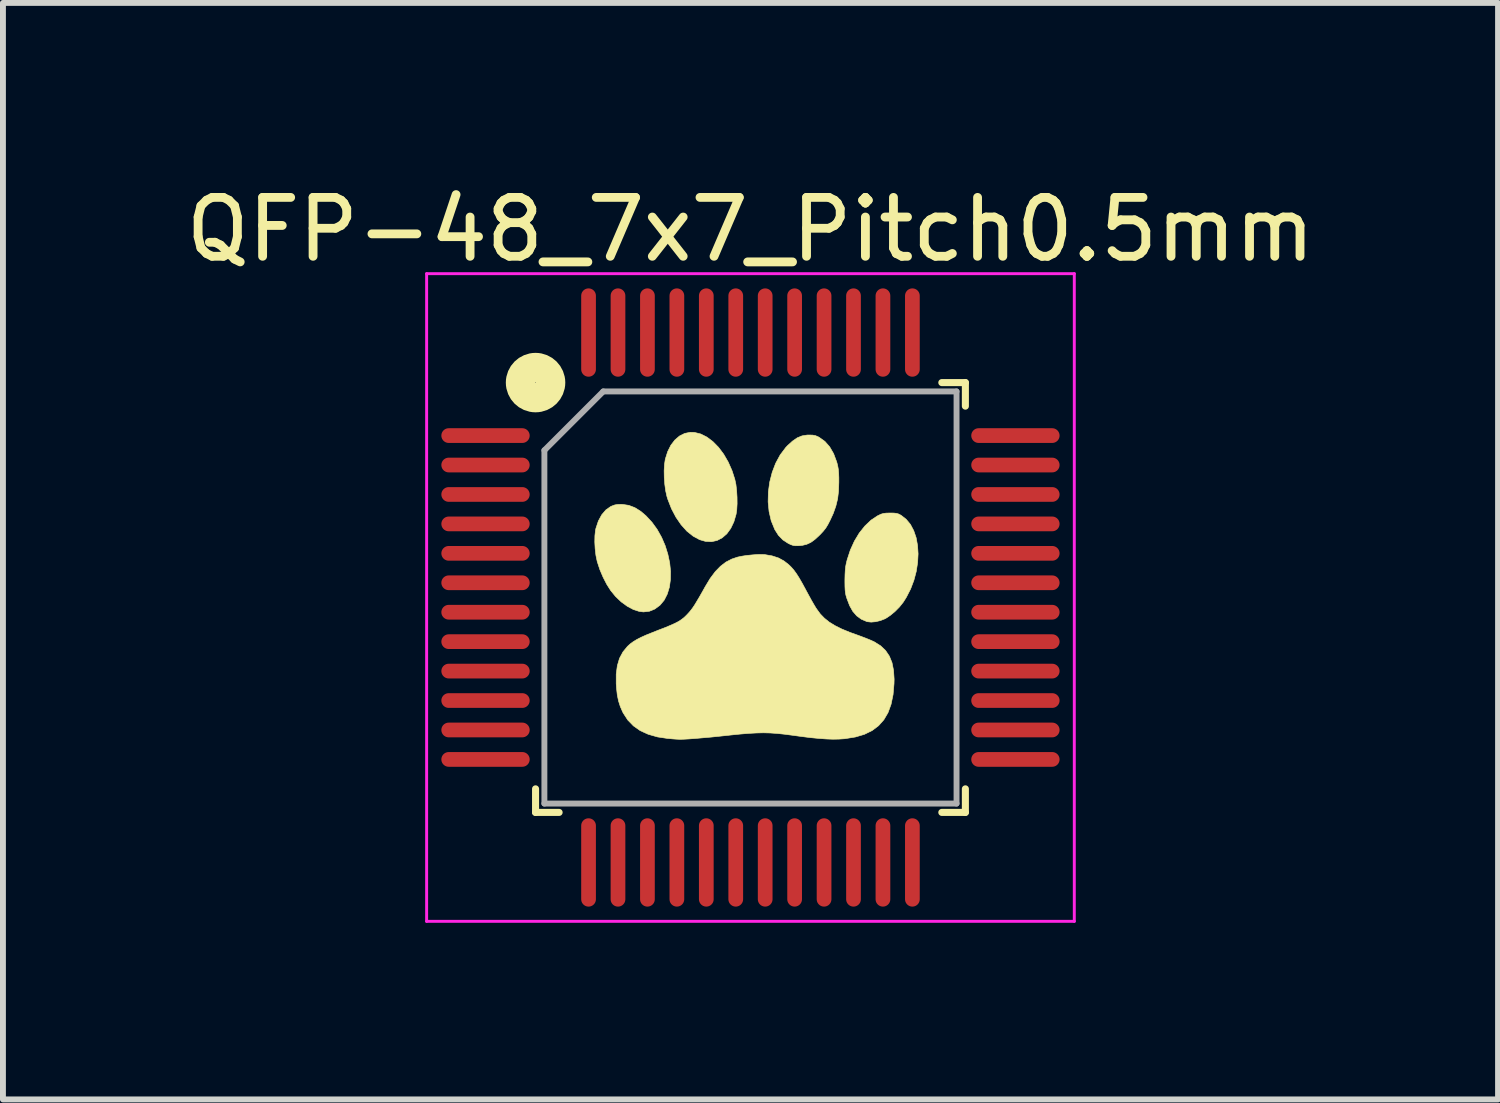
<source format=kicad_pcb>
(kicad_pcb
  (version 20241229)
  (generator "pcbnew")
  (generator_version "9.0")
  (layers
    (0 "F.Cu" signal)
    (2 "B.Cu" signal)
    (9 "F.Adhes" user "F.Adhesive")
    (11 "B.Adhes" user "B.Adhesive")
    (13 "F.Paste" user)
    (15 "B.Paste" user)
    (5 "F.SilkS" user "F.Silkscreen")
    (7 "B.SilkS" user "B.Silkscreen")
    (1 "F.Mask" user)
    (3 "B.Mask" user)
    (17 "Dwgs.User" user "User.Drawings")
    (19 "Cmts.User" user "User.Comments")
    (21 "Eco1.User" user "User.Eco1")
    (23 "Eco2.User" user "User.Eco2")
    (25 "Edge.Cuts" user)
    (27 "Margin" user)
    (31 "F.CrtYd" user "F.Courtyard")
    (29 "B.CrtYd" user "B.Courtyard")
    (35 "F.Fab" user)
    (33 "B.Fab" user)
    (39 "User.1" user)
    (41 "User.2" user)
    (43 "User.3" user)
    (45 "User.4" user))
  (footprint "QFP-48_7x7_Pitch0.5mm"
    (layer "F.Cu")
    (at 9.696 7.098)
    (property "Reference" "QFP-48_7x7_Pitch0.5mm" (at 0 -6.25 0) (layer "F.SilkS") (effects (font (size 1 1) (thickness 0.15))))
    (attr smd)
    (fp_line (start -3.65 3.65) (end -3.65 3.25) (stroke (width 0.12) (type solid)) (layer "F.SilkS"))
    (fp_line (start -3.25 3.65) (end -3.65 3.65) (stroke (width 0.12) (type solid)) (layer "F.SilkS"))
    (fp_line (start 3.25 -3.65) (end 3.65 -3.65) (stroke (width 0.12) (type solid)) (layer "F.SilkS"))
    (fp_line (start 3.25 3.65) (end 3.65 3.65) (stroke (width 0.12) (type solid)) (layer "F.SilkS"))
    (fp_line (start 3.65 -3.65) (end 3.65 -3.25) (stroke (width 0.12) (type solid)) (layer "F.SilkS"))
    (fp_line (start 3.65 3.65) (end 3.65 3.25) (stroke (width 0.12) (type solid)) (layer "F.SilkS"))
    (fp_circle (center -3.65 -3.65) (end -3.395 -3.65) (stroke (width 0.5) (type solid)) (fill no) (layer "F.SilkS"))
    (fp_poly (pts (xy -0.952 -2.804) (xy -0.844 -2.777) (xy -0.739 -2.724) (xy -0.638 -2.648) (xy -0.542 -2.55) (xy -0.455 -2.434) (xy -0.378 -2.301) (xy -0.313 -2.154) (xy -0.266 -2.008) (xy -0.247 -1.92) (xy -0.235 -1.815) (xy -0.228 -1.702) (xy -0.227 -1.591) (xy -0.233 -1.489) (xy -0.244 -1.415) (xy -0.282 -1.285) (xy -0.335 -1.174) (xy -0.401 -1.083) (xy -0.479 -1.015) (xy -0.566 -0.969) (xy -0.661 -0.948) (xy -0.763 -0.953) (xy -0.863 -0.982) (xy -0.974 -1.042) (xy -1.08 -1.127) (xy -1.177 -1.235) (xy -1.265 -1.363) (xy -1.341 -1.507) (xy -1.403 -1.666) (xy -1.419 -1.717) (xy -1.44 -1.811) (xy -1.455 -1.921) (xy -1.464 -2.038) (xy -1.466 -2.154) (xy -1.46 -2.26) (xy -1.447 -2.347) (xy -1.446 -2.351) (xy -1.406 -2.478) (xy -1.352 -2.586) (xy -1.284 -2.675) (xy -1.205 -2.743) (xy -1.117 -2.787) (xy -1.021 -2.806) (xy -0.952 -2.804)) (stroke (width 0.01) (type solid)) (fill yes) (layer "F.SilkS"))
    (fp_poly (pts (xy -2.173 -1.581) (xy -2.066 -1.565) (xy -1.964 -1.526) (xy -1.863 -1.463) (xy -1.775 -1.388) (xy -1.673 -1.278) (xy -1.584 -1.155) (xy -1.509 -1.021) (xy -1.448 -0.879) (xy -1.403 -0.734) (xy -1.372 -0.588) (xy -1.357 -0.444) (xy -1.359 -0.306) (xy -1.377 -0.176) (xy -1.413 -0.058) (xy -1.466 0.046) (xy -1.537 0.131) (xy -1.625 0.196) (xy -1.718 0.234) (xy -1.818 0.245) (xy -1.89 0.236) (xy -1.989 0.204) (xy -2.092 0.149) (xy -2.194 0.075) (xy -2.29 -0.016) (xy -2.375 -0.12) (xy -2.377 -0.123) (xy -2.442 -0.226) (xy -2.504 -0.347) (xy -2.558 -0.474) (xy -2.599 -0.599) (xy -2.604 -0.616) (xy -2.625 -0.717) (xy -2.638 -0.829) (xy -2.644 -0.942) (xy -2.642 -1.049) (xy -2.632 -1.141) (xy -2.625 -1.174) (xy -2.583 -1.3) (xy -2.526 -1.405) (xy -2.456 -1.487) (xy -2.374 -1.545) (xy -2.353 -1.554) (xy -2.305 -1.572) (xy -2.258 -1.58) (xy -2.2 -1.582) (xy -2.173 -1.581)) (stroke (width 0.01) (type solid)) (fill yes) (layer "F.SilkS"))
    (fp_poly (pts (xy 1.057 -2.758) (xy 1.104 -2.749) (xy 1.149 -2.73) (xy 1.169 -2.719) (xy 1.264 -2.651) (xy 1.345 -2.559) (xy 1.412 -2.443) (xy 1.464 -2.304) (xy 1.472 -2.276) (xy 1.484 -2.224) (xy 1.493 -2.172) (xy 1.498 -2.112) (xy 1.501 -2.036) (xy 1.501 -1.957) (xy 1.496 -1.807) (xy 1.48 -1.675) (xy 1.45 -1.552) (xy 1.406 -1.428) (xy 1.354 -1.315) (xy 1.315 -1.239) (xy 1.279 -1.18) (xy 1.238 -1.128) (xy 1.187 -1.073) (xy 1.174 -1.06) (xy 1.095 -0.987) (xy 1.025 -0.936) (xy 0.956 -0.904) (xy 0.883 -0.886) (xy 0.827 -0.88) (xy 0.769 -0.879) (xy 0.726 -0.884) (xy 0.683 -0.899) (xy 0.64 -0.92) (xy 0.551 -0.978) (xy 0.476 -1.055) (xy 0.412 -1.156) (xy 0.41 -1.162) (xy 0.352 -1.304) (xy 0.316 -1.46) (xy 0.3 -1.624) (xy 0.304 -1.793) (xy 0.327 -1.961) (xy 0.369 -2.125) (xy 0.428 -2.28) (xy 0.505 -2.422) (xy 0.598 -2.546) (xy 0.629 -2.579) (xy 0.715 -2.657) (xy 0.795 -2.712) (xy 0.876 -2.745) (xy 0.961 -2.759) (xy 0.996 -2.76) (xy 1.057 -2.758)) (stroke (width 0.01) (type solid)) (fill yes) (layer "F.SilkS"))
    (fp_poly (pts (xy 2.435 -1.434) (xy 2.479 -1.429) (xy 2.514 -1.419) (xy 2.549 -1.401) (xy 2.557 -1.397) (xy 2.644 -1.329) (xy 2.717 -1.241) (xy 2.773 -1.135) (xy 2.814 -1.015) (xy 2.838 -0.882) (xy 2.847 -0.741) (xy 2.839 -0.594) (xy 2.816 -0.444) (xy 2.776 -0.293) (xy 2.72 -0.145) (xy 2.647 -0.003) (xy 2.594 0.081) (xy 2.531 0.16) (xy 2.455 0.237) (xy 2.374 0.304) (xy 2.297 0.355) (xy 2.283 0.362) (xy 2.207 0.392) (xy 2.127 0.411) (xy 2.05 0.418) (xy 1.987 0.411) (xy 1.977 0.409) (xy 1.882 0.368) (xy 1.804 0.311) (xy 1.738 0.235) (xy 1.684 0.138) (xy 1.638 0.017) (xy 1.636 0.011) (xy 1.622 -0.035) (xy 1.613 -0.079) (xy 1.608 -0.126) (xy 1.605 -0.184) (xy 1.604 -0.26) (xy 1.604 -0.299) (xy 1.606 -0.39) (xy 1.61 -0.461) (xy 1.616 -0.521) (xy 1.627 -0.579) (xy 1.642 -0.64) (xy 1.696 -0.805) (xy 1.765 -0.957) (xy 1.848 -1.095) (xy 1.943 -1.214) (xy 2.047 -1.313) (xy 2.158 -1.387) (xy 2.171 -1.393) (xy 2.216 -1.415) (xy 2.257 -1.427) (xy 2.303 -1.433) (xy 2.366 -1.435) (xy 2.372 -1.435) (xy 2.435 -1.434)) (stroke (width 0.01) (type solid)) (fill yes) (layer "F.SilkS"))
    (fp_poly (pts (xy 0.24 -0.729) (xy 0.367 -0.707) (xy 0.475 -0.672) (xy 0.57 -0.62) (xy 0.648 -0.559) (xy 0.693 -0.515) (xy 0.736 -0.466) (xy 0.779 -0.407) (xy 0.825 -0.335) (xy 0.877 -0.245) (xy 0.938 -0.133) (xy 0.95 -0.11) (xy 0.993 -0.031) (xy 1.036 0.048) (xy 1.077 0.119) (xy 1.111 0.176) (xy 1.126 0.198) (xy 1.186 0.28) (xy 1.256 0.352) (xy 1.338 0.418) (xy 1.436 0.478) (xy 1.552 0.536) (xy 1.691 0.593) (xy 1.8 0.632) (xy 1.882 0.662) (xy 1.963 0.693) (xy 2.034 0.722) (xy 2.09 0.747) (xy 2.106 0.755) (xy 2.211 0.821) (xy 2.295 0.901) (xy 2.359 0.996) (xy 2.404 1.107) (xy 2.43 1.237) (xy 2.44 1.388) (xy 2.438 1.465) (xy 2.422 1.65) (xy 2.388 1.814) (xy 2.336 1.956) (xy 2.265 2.077) (xy 2.175 2.178) (xy 2.066 2.26) (xy 1.935 2.324) (xy 1.784 2.369) (xy 1.611 2.397) (xy 1.596 2.399) (xy 1.503 2.405) (xy 1.402 2.407) (xy 1.29 2.403) (xy 1.164 2.394) (xy 1.019 2.38) (xy 0.853 2.359) (xy 0.714 2.34) (xy 0.577 2.322) (xy 0.453 2.309) (xy 0.335 2.301) (xy 0.219 2.298) (xy 0.099 2.301) (xy -0.032 2.308) (xy -0.178 2.32) (xy -0.346 2.337) (xy -0.371 2.34) (xy -0.523 2.356) (xy -0.669 2.371) (xy -0.807 2.383) (xy -0.932 2.394) (xy -1.041 2.402) (xy -1.131 2.407) (xy -1.198 2.409) (xy -1.219 2.408) (xy -1.26 2.406) (xy -1.318 2.402) (xy -1.382 2.396) (xy -1.401 2.395) (xy -1.58 2.368) (xy -1.737 2.323) (xy -1.873 2.261) (xy -1.988 2.18) (xy -2.084 2.081) (xy -2.161 1.962) (xy -2.171 1.943) (xy -2.211 1.851) (xy -2.241 1.757) (xy -2.262 1.655) (xy -2.275 1.537) (xy -2.28 1.465) (xy -2.28 1.302) (xy -2.261 1.158) (xy -2.224 1.033) (xy -2.166 0.925) (xy -2.089 0.831) (xy -2.088 0.83) (xy -2.043 0.789) (xy -1.993 0.752) (xy -1.933 0.715) (xy -1.861 0.678) (xy -1.773 0.638) (xy -1.663 0.594) (xy -1.565 0.555) (xy -1.45 0.511) (xy -1.357 0.472) (xy -1.283 0.439) (xy -1.223 0.408) (xy -1.174 0.376) (xy -1.131 0.343) (xy -1.091 0.305) (xy -1.067 0.28) (xy -1.036 0.246) (xy -1.007 0.21) (xy -0.978 0.171) (xy -0.946 0.123) (xy -0.91 0.063) (xy -0.866 -0.011) (xy -0.813 -0.104) (xy -0.769 -0.183) (xy -0.684 -0.324) (xy -0.598 -0.439) (xy -0.509 -0.531) (xy -0.416 -0.602) (xy -0.315 -0.654) (xy -0.219 -0.686) (xy -0.149 -0.701) (xy -0.064 -0.714) (xy 0.027 -0.723) (xy 0.116 -0.73) (xy 0.192 -0.731) (xy 0.24 -0.729)) (stroke (width 0.01) (type solid)) (fill yes) (layer "F.SilkS"))
    (fp_line (start -5.5 -5.5) (end 5.5 -5.5) (stroke (width 0.05) (type solid)) (layer "F.CrtYd"))
    (fp_line (start -5.5 5.5) (end -5.5 -5.5) (stroke (width 0.05) (type solid)) (layer "F.CrtYd"))
    (fp_line (start 5.5 -5.5) (end 5.5 5.5) (stroke (width 0.05) (type solid)) (layer "F.CrtYd"))
    (fp_line (start 5.5 5.5) (end -5.5 5.5) (stroke (width 0.05) (type solid)) (layer "F.CrtYd"))
    (fp_line (start -3.5 -2.5) (end -3.5 3.5) (stroke (width 0.1) (type solid)) (layer "F.Fab"))
    (fp_line (start -3.5 3.5) (end 3.5 3.5) (stroke (width 0.1) (type solid)) (layer "F.Fab"))
    (fp_line (start -2.5 -3.5) (end -3.5 -2.5) (stroke (width 0.1) (type solid)) (layer "F.Fab"))
    (fp_line (start 3.5 -3.5) (end -2.5 -3.5) (stroke (width 0.1) (type solid)) (layer "F.Fab"))
    (fp_line (start 3.5 3.5) (end 3.5 -3.5) (stroke (width 0.1) (type solid)) (layer "F.Fab"))
    (pad "1" smd oval (at -4.5 -2.75 90) (size 0.25 1.5) (layers "F.Cu" "F.Mask" "F.Paste"))
    (pad "2" smd oval (at -4.5 -2.25 90) (size 0.25 1.5) (layers "F.Cu" "F.Mask" "F.Paste"))
    (pad "3" smd oval (at -4.5 -1.75 90) (size 0.25 1.5) (layers "F.Cu" "F.Mask" "F.Paste"))
    (pad "4" smd oval (at -4.5 -1.25 90) (size 0.25 1.5) (layers "F.Cu" "F.Mask" "F.Paste"))
    (pad "5" smd oval (at -4.5 -0.75 90) (size 0.25 1.5) (layers "F.Cu" "F.Mask" "F.Paste"))
    (pad "6" smd oval (at -4.5 -0.25 90) (size 0.25 1.5) (layers "F.Cu" "F.Mask" "F.Paste"))
    (pad "7" smd oval (at -4.5 0.25 90) (size 0.25 1.5) (layers "F.Cu" "F.Mask" "F.Paste"))
    (pad "8" smd oval (at -4.5 0.75 90) (size 0.25 1.5) (layers "F.Cu" "F.Mask" "F.Paste"))
    (pad "9" smd oval (at -4.5 1.25 90) (size 0.25 1.5) (layers "F.Cu" "F.Mask" "F.Paste"))
    (pad "10" smd oval (at -4.5 1.75 90) (size 0.25 1.5) (layers "F.Cu" "F.Mask" "F.Paste"))
    (pad "11" smd oval (at -4.5 2.25 90) (size 0.25 1.5) (layers "F.Cu" "F.Mask" "F.Paste"))
    (pad "12" smd oval (at -4.5 2.75 90) (size 0.25 1.5) (layers "F.Cu" "F.Mask" "F.Paste"))
    (pad "13" smd oval (at -2.75 4.5) (size 0.25 1.5) (layers "F.Cu" "F.Mask" "F.Paste"))
    (pad "14" smd oval (at -2.25 4.5) (size 0.25 1.5) (layers "F.Cu" "F.Mask" "F.Paste"))
    (pad "15" smd oval (at -1.75 4.5) (size 0.25 1.5) (layers "F.Cu" "F.Mask" "F.Paste"))
    (pad "16" smd oval (at -1.25 4.5) (size 0.25 1.5) (layers "F.Cu" "F.Mask" "F.Paste"))
    (pad "17" smd oval (at -0.75 4.5) (size 0.25 1.5) (layers "F.Cu" "F.Mask" "F.Paste"))
    (pad "18" smd oval (at -0.25 4.5) (size 0.25 1.5) (layers "F.Cu" "F.Mask" "F.Paste"))
    (pad "19" smd oval (at 0.25 4.5) (size 0.25 1.5) (layers "F.Cu" "F.Mask" "F.Paste"))
    (pad "20" smd oval (at 0.75 4.5) (size 0.25 1.5) (layers "F.Cu" "F.Mask" "F.Paste"))
    (pad "21" smd oval (at 1.25 4.5) (size 0.25 1.5) (layers "F.Cu" "F.Mask" "F.Paste"))
    (pad "22" smd oval (at 1.75 4.5) (size 0.25 1.5) (layers "F.Cu" "F.Mask" "F.Paste"))
    (pad "23" smd oval (at 2.25 4.5) (size 0.25 1.5) (layers "F.Cu" "F.Mask" "F.Paste"))
    (pad "24" smd oval (at 2.75 4.5) (size 0.25 1.5) (layers "F.Cu" "F.Mask" "F.Paste"))
    (pad "25" smd oval (at 4.5 2.75 90) (size 0.25 1.5) (layers "F.Cu" "F.Mask" "F.Paste"))
    (pad "26" smd oval (at 4.5 2.25 90) (size 0.25 1.5) (layers "F.Cu" "F.Mask" "F.Paste"))
    (pad "27" smd oval (at 4.5 1.75 90) (size 0.25 1.5) (layers "F.Cu" "F.Mask" "F.Paste"))
    (pad "28" smd oval (at 4.5 1.25 90) (size 0.25 1.5) (layers "F.Cu" "F.Mask" "F.Paste"))
    (pad "29" smd oval (at 4.5 0.75 90) (size 0.25 1.5) (layers "F.Cu" "F.Mask" "F.Paste"))
    (pad "30" smd oval (at 4.5 0.25 90) (size 0.25 1.5) (layers "F.Cu" "F.Mask" "F.Paste"))
    (pad "31" smd oval (at 4.5 -0.25 90) (size 0.25 1.5) (layers "F.Cu" "F.Mask" "F.Paste"))
    (pad "32" smd oval (at 4.5 -0.75 90) (size 0.25 1.5) (layers "F.Cu" "F.Mask" "F.Paste"))
    (pad "33" smd oval (at 4.5 -1.25 90) (size 0.25 1.5) (layers "F.Cu" "F.Mask" "F.Paste"))
    (pad "34" smd oval (at 4.5 -1.75 90) (size 0.25 1.5) (layers "F.Cu" "F.Mask" "F.Paste"))
    (pad "35" smd oval (at 4.5 -2.25 90) (size 0.25 1.5) (layers "F.Cu" "F.Mask" "F.Paste"))
    (pad "36" smd oval (at 4.5 -2.75 90) (size 0.25 1.5) (layers "F.Cu" "F.Mask" "F.Paste"))
    (pad "37" smd oval (at 2.75 -4.5) (size 0.25 1.5) (layers "F.Cu" "F.Mask" "F.Paste"))
    (pad "38" smd oval (at 2.25 -4.5) (size 0.25 1.5) (layers "F.Cu" "F.Mask" "F.Paste"))
    (pad "39" smd oval (at 1.75 -4.5) (size 0.25 1.5) (layers "F.Cu" "F.Mask" "F.Paste"))
    (pad "40" smd oval (at 1.25 -4.5) (size 0.25 1.5) (layers "F.Cu" "F.Mask" "F.Paste"))
    (pad "41" smd oval (at 0.75 -4.5) (size 0.25 1.5) (layers "F.Cu" "F.Mask" "F.Paste"))
    (pad "42" smd oval (at 0.25 -4.5) (size 0.25 1.5) (layers "F.Cu" "F.Mask" "F.Paste"))
    (pad "43" smd oval (at -0.25 -4.5) (size 0.25 1.5) (layers "F.Cu" "F.Mask" "F.Paste"))
    (pad "44" smd oval (at -0.75 -4.5) (size 0.25 1.5) (layers "F.Cu" "F.Mask" "F.Paste"))
    (pad "45" smd oval (at -1.25 -4.5) (size 0.25 1.5) (layers "F.Cu" "F.Mask" "F.Paste"))
    (pad "46" smd oval (at -1.75 -4.5) (size 0.25 1.5) (layers "F.Cu" "F.Mask" "F.Paste"))
    (pad "47" smd oval (at -2.25 -4.5) (size 0.25 1.5) (layers "F.Cu" "F.Mask" "F.Paste"))
    (pad "48" smd oval (at -2.75 -4.5) (size 0.25 1.5) (layers "F.Cu" "F.Mask" "F.Paste")))
  (gr_rect
    (start -3 -3)
    (end 22.393 15.623)
    (stroke (width 0.1) (type default))
    (fill no)
    (layer "Edge.Cuts")))
</source>
